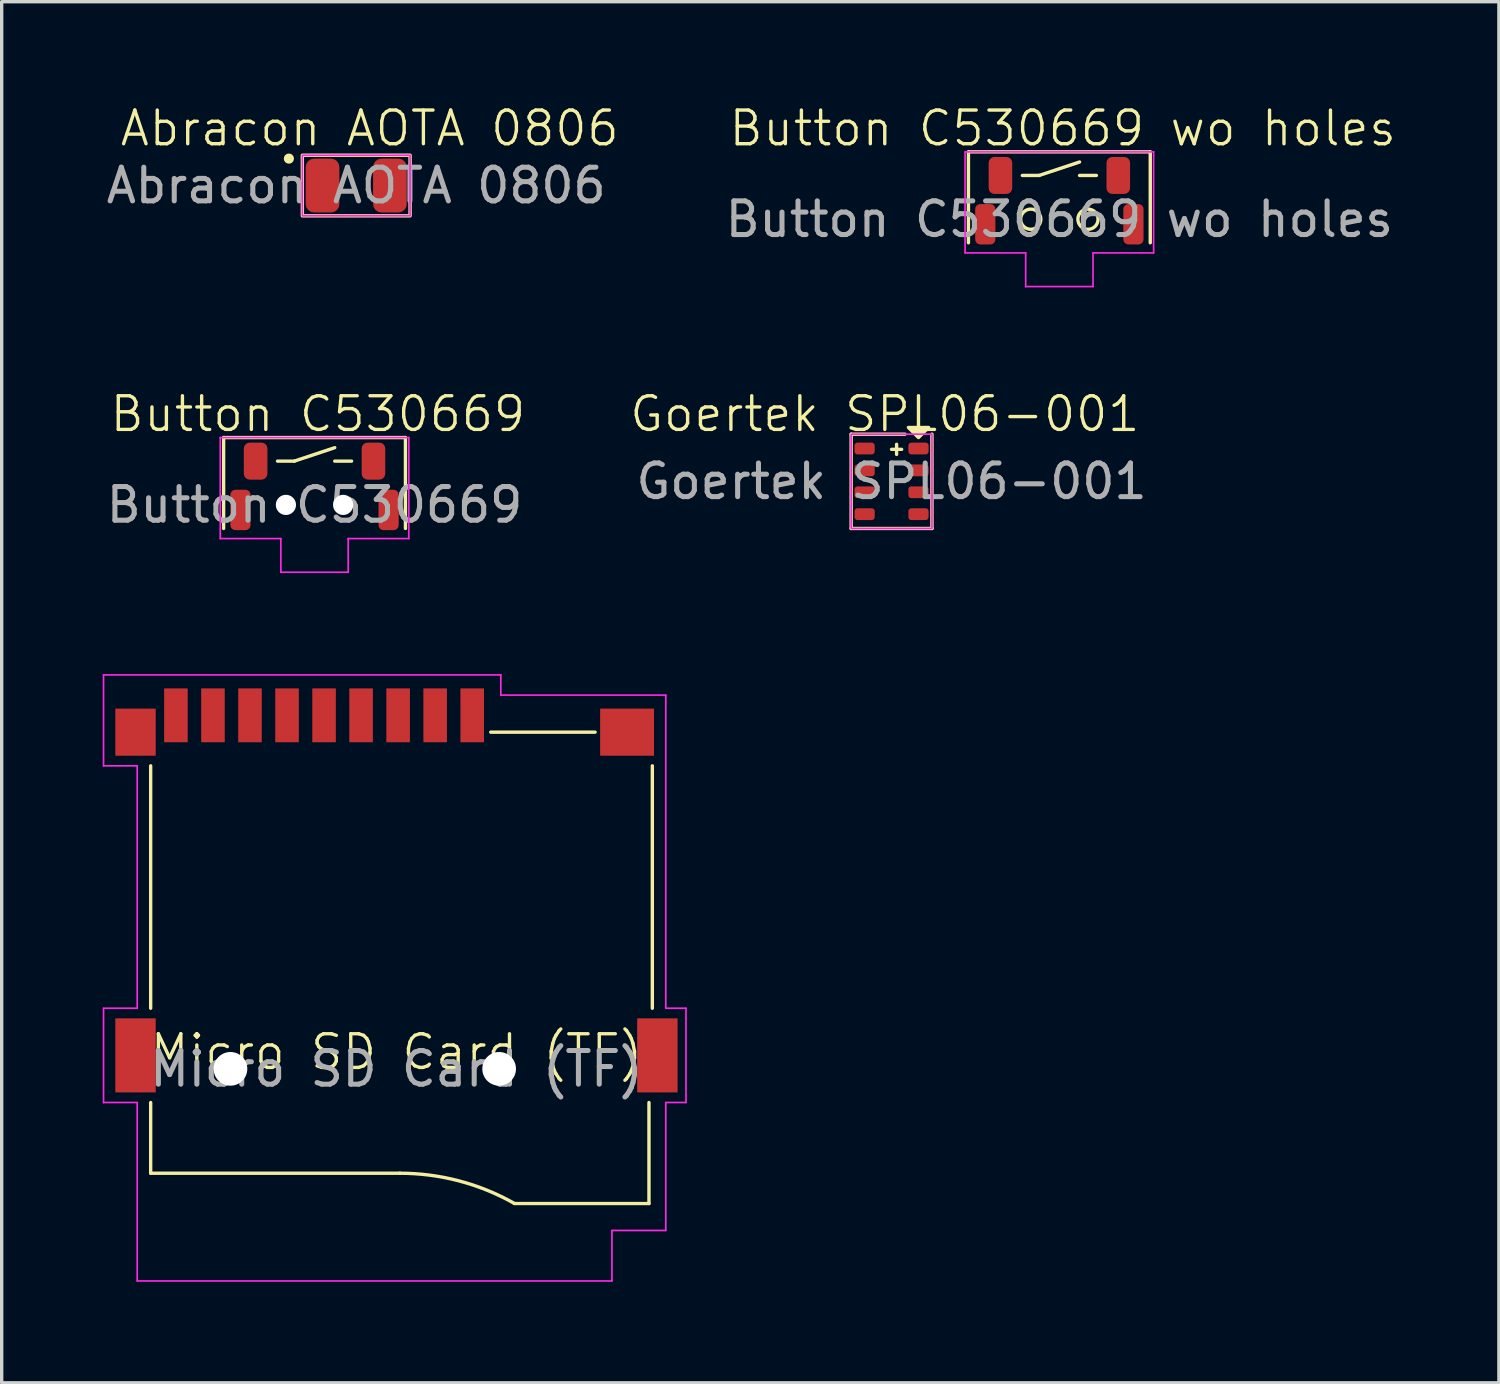
<source format=kicad_pcb>
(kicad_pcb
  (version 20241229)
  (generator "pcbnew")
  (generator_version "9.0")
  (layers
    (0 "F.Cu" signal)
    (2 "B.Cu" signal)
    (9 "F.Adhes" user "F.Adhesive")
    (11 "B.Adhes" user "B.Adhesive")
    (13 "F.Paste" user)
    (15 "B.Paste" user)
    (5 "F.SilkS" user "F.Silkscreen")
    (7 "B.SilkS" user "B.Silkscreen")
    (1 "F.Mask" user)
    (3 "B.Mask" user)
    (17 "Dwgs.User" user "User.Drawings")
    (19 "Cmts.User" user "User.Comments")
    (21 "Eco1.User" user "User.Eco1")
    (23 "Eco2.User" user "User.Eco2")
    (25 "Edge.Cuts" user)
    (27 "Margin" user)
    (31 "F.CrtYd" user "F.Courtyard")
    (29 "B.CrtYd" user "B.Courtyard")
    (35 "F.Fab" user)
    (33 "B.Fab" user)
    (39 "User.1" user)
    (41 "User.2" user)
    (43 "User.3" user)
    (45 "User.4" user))
  (footprint "Button C530669 wo holes"
    (layer "F.Cu")
    (at 28.414 3.461)
    (property "Reference" "Button C530669 wo holes" (at 0.1 -2.7 0) (unlocked yes) (layer "F.SilkS") (effects (font (size 1 1) (thickness 0.1))))
    (attr smd)
    (fp_line (start -2.7 -2) (end -2.7 0.7) (stroke (width 0.1) (type default)) (layer "F.SilkS"))
    (fp_line (start -2.7 -2) (end 2.7 -2) (stroke (width 0.1) (type default)) (layer "F.SilkS"))
    (fp_line (start -1.1 -1.3) (end -0.6 -1.3) (stroke (width 0.1) (type default)) (layer "F.SilkS"))
    (fp_line (start -0.6 -1.3) (end 0.6 -1.7) (stroke (width 0.1) (type default)) (layer "F.SilkS"))
    (fp_line (start 0.6 -1.3) (end 1.1 -1.3) (stroke (width 0.1) (type default)) (layer "F.SilkS"))
    (fp_line (start 2.7 -2) (end 2.7 0.7) (stroke (width 0.1) (type default)) (layer "F.SilkS"))
    (fp_circle (center -0.85 0) (end -0.55 0) (stroke (width 0.1) (type default)) (fill no) (layer "F.SilkS"))
    (fp_circle (center 0.85 0) (end 1.15 0) (stroke (width 0.1) (type default)) (fill no) (layer "F.SilkS"))
    (fp_line (start -2.8 -2) (end 2.8 -2) (stroke (width 0.05) (type default)) (layer "F.CrtYd"))
    (fp_line (start -2.8 1) (end -2.8 -2) (stroke (width 0.05) (type default)) (layer "F.CrtYd"))
    (fp_line (start -1 1) (end -2.8 1) (stroke (width 0.05) (type default)) (layer "F.CrtYd"))
    (fp_line (start -1 2) (end -1 1) (stroke (width 0.05) (type default)) (layer "F.CrtYd"))
    (fp_line (start 1 1) (end 1 2) (stroke (width 0.05) (type default)) (layer "F.CrtYd"))
    (fp_line (start 1 2) (end -1 2) (stroke (width 0.05) (type default)) (layer "F.CrtYd"))
    (fp_line (start 2.8 -2) (end 2.8 1) (stroke (width 0.05) (type default)) (layer "F.CrtYd"))
    (fp_line (start 2.8 1) (end 1 1) (stroke (width 0.05) (type default)) (layer "F.CrtYd"))
    (fp_text user "${REFERENCE}" (at 0 0 0) (unlocked yes) (layer "F.Fab") (effects (font (size 1 1) (thickness 0.15))))
    (pad "1" smd roundrect (at -1.75 -1.3) (size 0.7 1.1) (layers "F.Cu" "F.Mask" "F.Paste") (roundrect_rratio 0.25))
    (pad "2" smd roundrect (at 1.75 -1.3) (size 0.7 1.1) (layers "F.Cu" "F.Mask" "F.Paste") (roundrect_rratio 0.25))
    (pad "3" smd roundrect (at 2.2 0.15) (size 0.6 1.2) (layers "F.Cu" "F.Mask" "F.Paste") (roundrect_rratio 0.25))
    (pad "4" smd roundrect (at -2.2 0.15) (size 0.6 1.2) (layers "F.Cu" "F.Mask" "F.Paste") (roundrect_rratio 0.25)))
  (footprint "Button C530669"
    (layer "F.Cu")
    (at 6.292 11.946)
    (property "Reference" "Button C530669" (at 0.1 -2.7 0) (unlocked yes) (layer "F.SilkS") (effects (font (size 1 1) (thickness 0.1))))
    (attr smd)
    (fp_line (start -2.7 -2) (end -2.7 0.7) (stroke (width 0.1) (type default)) (layer "F.SilkS"))
    (fp_line (start -2.7 -2) (end 2.7 -2) (stroke (width 0.1) (type default)) (layer "F.SilkS"))
    (fp_line (start -1.1 -1.3) (end -0.6 -1.3) (stroke (width 0.1) (type default)) (layer "F.SilkS"))
    (fp_line (start -0.6 -1.3) (end 0.6 -1.7) (stroke (width 0.1) (type default)) (layer "F.SilkS"))
    (fp_line (start 0.6 -1.3) (end 1.1 -1.3) (stroke (width 0.1) (type default)) (layer "F.SilkS"))
    (fp_line (start 2.7 -2) (end 2.7 0.7) (stroke (width 0.1) (type default)) (layer "F.SilkS"))
    (fp_line (start -2.8 -2) (end 2.8 -2) (stroke (width 0.05) (type default)) (layer "F.CrtYd"))
    (fp_line (start -2.8 1) (end -2.8 -2) (stroke (width 0.05) (type default)) (layer "F.CrtYd"))
    (fp_line (start -1 1) (end -2.8 1) (stroke (width 0.05) (type default)) (layer "F.CrtYd"))
    (fp_line (start -1 2) (end -1 1) (stroke (width 0.05) (type default)) (layer "F.CrtYd"))
    (fp_line (start 1 1) (end 1 2) (stroke (width 0.05) (type default)) (layer "F.CrtYd"))
    (fp_line (start 1 2) (end -1 2) (stroke (width 0.05) (type default)) (layer "F.CrtYd"))
    (fp_line (start 2.8 -2) (end 2.8 1) (stroke (width 0.05) (type default)) (layer "F.CrtYd"))
    (fp_line (start 2.8 1) (end 1 1) (stroke (width 0.05) (type default)) (layer "F.CrtYd"))
    (fp_text user "${REFERENCE}" (at 0 0 0) (unlocked yes) (layer "F.Fab") (effects (font (size 1 1) (thickness 0.15))))
    (pad "" np_thru_hole circle (at -0.85 0) (size 0.6 0.6) (drill 0.6) (layers "*.Cu" "*.Mask"))
    (pad "" np_thru_hole circle (at 0.85 0) (size 0.6 0.6) (drill 0.6) (layers "*.Cu" "*.Mask"))
    (pad "1" smd roundrect (at -1.75 -1.3) (size 0.7 1.1) (layers "F.Cu" "F.Mask" "F.Paste") (roundrect_rratio 0.25))
    (pad "2" smd roundrect (at 1.75 -1.3) (size 0.7 1.1) (layers "F.Cu" "F.Mask" "F.Paste") (roundrect_rratio 0.25))
    (pad "3" smd roundrect (at 2.2 0.15) (size 0.6 1.2) (layers "F.Cu" "F.Mask" "F.Paste") (roundrect_rratio 0.25))
    (pad "4" smd roundrect (at -2.2 0.15) (size 0.6 1.2) (layers "F.Cu" "F.Mask" "F.Paste") (roundrect_rratio 0.25)))
  (footprint "Goertek SPL06-001"
    (layer "F.Cu")
    (at 23.43 11.246)
    (property "Reference" "Goertek SPL06-001" (at -0.2 -2 0) (unlocked yes) (layer "F.SilkS") (effects (font (size 1 1) (thickness 0.1))))
    (attr smd)
    (fp_line (start -1.2 -1.4) (end 0.4 -1.4) (stroke (width 0.1) (type default)) (layer "F.SilkS"))
    (fp_line (start -1.2 1.4) (end -1.2 -1.4) (stroke (width 0.1) (type default)) (layer "F.SilkS"))
    (fp_line (start 0 -0.95) (end 0.3 -0.95) (stroke (width 0.1) (type default)) (layer "F.SilkS"))
    (fp_line (start 0.15 -1.1) (end 0.15 -0.8) (stroke (width 0.1) (type default)) (layer "F.SilkS"))
    (fp_line (start 1.2 -1.4) (end 1.2 1.4) (stroke (width 0.1) (type default)) (layer "F.SilkS"))
    (fp_line (start 1.2 1.4) (end -1.2 1.4) (stroke (width 0.1) (type default)) (layer "F.SilkS"))
    (fp_poly (pts (xy 0.5 -1.6) (xy 0.8 -1.3) (xy 1.1 -1.6)) (stroke (width 0.1) (type solid)) (fill yes) (layer "F.SilkS"))
    (fp_rect (start -1.2 -1.4) (end 1.2 1.4) (stroke (width 0.05) (type default)) (fill no) (layer "F.CrtYd"))
    (fp_text user "${REFERENCE}" (at 0 0 0) (unlocked yes) (layer "F.Fab") (effects (font (size 1 1) (thickness 0.15))))
    (pad "1" smd roundrect (at 0.8 -0.975) (size 0.6 0.35) (layers "F.Cu" "F.Mask" "F.Paste") (roundrect_rratio 0.25))
    (pad "2" smd roundrect (at 0.8 -0.325) (size 0.6 0.35) (layers "F.Cu" "F.Mask" "F.Paste") (roundrect_rratio 0.25))
    (pad "3" smd roundrect (at 0.8 0.325) (size 0.6 0.35) (layers "F.Cu" "F.Mask" "F.Paste") (roundrect_rratio 0.25))
    (pad "4" smd roundrect (at 0.8 0.975) (size 0.6 0.35) (layers "F.Cu" "F.Mask" "F.Paste") (roundrect_rratio 0.25))
    (pad "5" smd roundrect (at -0.8 0.975) (size 0.6 0.35) (layers "F.Cu" "F.Mask" "F.Paste") (roundrect_rratio 0.25))
    (pad "6" smd roundrect (at -0.8 0.325) (size 0.6 0.35) (layers "F.Cu" "F.Mask" "F.Paste") (roundrect_rratio 0.25))
    (pad "7" smd roundrect (at -0.8 -0.325) (size 0.6 0.35) (layers "F.Cu" "F.Mask" "F.Paste") (roundrect_rratio 0.25))
    (pad "8" smd roundrect (at -0.8 -0.975) (size 0.6 0.35) (layers "F.Cu" "F.Mask" "F.Paste") (roundrect_rratio 0.25)))
  (footprint "Abracon AOTA 0806"
    (layer "F.Cu")
    (at 7.53 2.461)
    (property "Reference" "Abracon AOTA 0806" (at 0.4 -1.7 0) (unlocked yes) (layer "F.SilkS") (effects (font (size 1 1) (thickness 0.1))))
    (attr smd)
    (fp_rect (start -1.6 -0.9) (end 1.6 0.9) (stroke (width 0.1) (type default)) (fill no) (layer "F.SilkS"))
    (fp_circle (center -2 -0.8) (end -1.9 -0.8) (stroke (width 0.1) (type solid)) (fill yes) (layer "F.SilkS"))
    (fp_rect (start -1.6 -0.9) (end 1.6 0.9) (stroke (width 0.05) (type default)) (fill no) (layer "F.CrtYd"))
    (fp_text user "${REFERENCE}" (at 0 0 0) (unlocked yes) (layer "F.Fab") (effects (font (size 1 1) (thickness 0.15))))
    (pad "1" smd roundrect (at -1 0) (size 1 1.6) (layers "F.Cu" "F.Mask" "F.Paste") (roundrect_rratio 0.25))
    (pad "2" smd roundrect (at 1 0) (size 1 1.6) (layers "F.Cu" "F.Mask" "F.Paste") (roundrect_rratio 0.25)))
  (footprint "Micro SD Card (TF)"
    (layer "F.Cu")
    (at 8.725 28.696)
    (property "Reference" "Micro SD Card (TF)" (at 0 -0.5 0) (unlocked yes) (layer "F.SilkS") (effects (font (size 1 1) (thickness 0.1))))
    (attr smd)
    (fp_line (start -7.3 -9) (end -7.3 -1.8) (stroke (width 0.1) (type default)) (layer "F.SilkS"))
    (fp_line (start -7.3 1) (end -7.3 3.1) (stroke (width 0.1) (type default)) (layer "F.SilkS"))
    (fp_line (start -7.3 3.1) (end 0.1 3.1) (stroke (width 0.1) (type default)) (layer "F.SilkS"))
    (fp_line (start 2.8 -10) (end 5.9 -10) (stroke (width 0.1) (type default)) (layer "F.SilkS"))
    (fp_line (start 3.5 4) (end 7.5 4) (stroke (width 0.1) (type default)) (layer "F.SilkS"))
    (fp_line (start 7.5 4) (end 7.5 1) (stroke (width 0.1) (type default)) (layer "F.SilkS"))
    (fp_line (start 7.6 -9) (end 7.6 -1.8) (stroke (width 0.1) (type default)) (layer "F.SilkS"))
    (fp_arc (start 0.1 3.1) (mid 1.859012 3.327978) (end 3.501787 3.996847) (stroke (width 0.1) (type default)) (layer "F.SilkS"))
    (fp_line (start -8.7 -11.7) (end 3.1 -11.7) (stroke (width 0.05) (type default)) (layer "F.CrtYd"))
    (fp_line (start -8.7 -9) (end -8.7 -11.7) (stroke (width 0.05) (type default)) (layer "F.CrtYd"))
    (fp_line (start -8.7 -1.8) (end -7.7 -1.8) (stroke (width 0.05) (type default)) (layer "F.CrtYd"))
    (fp_line (start -8.7 1) (end -8.7 -1.8) (stroke (width 0.05) (type default)) (layer "F.CrtYd"))
    (fp_line (start -7.7 -9) (end -8.7 -9) (stroke (width 0.05) (type default)) (layer "F.CrtYd"))
    (fp_line (start -7.7 -1.8) (end -7.7 -9) (stroke (width 0.05) (type default)) (layer "F.CrtYd"))
    (fp_line (start -7.7 1) (end -8.7 1) (stroke (width 0.05) (type default)) (layer "F.CrtYd"))
    (fp_line (start -7.7 6.3) (end -7.7 1) (stroke (width 0.05) (type default)) (layer "F.CrtYd"))
    (fp_line (start 3.1 -11.7) (end 3.1 -11.1) (stroke (width 0.05) (type default)) (layer "F.CrtYd"))
    (fp_line (start 3.1 -11.1) (end 8 -11.1) (stroke (width 0.05) (type default)) (layer "F.CrtYd"))
    (fp_line (start 6.4 4.8) (end 6.4 6.3) (stroke (width 0.05) (type default)) (layer "F.CrtYd"))
    (fp_line (start 6.4 6.3) (end -7.7 6.3) (stroke (width 0.05) (type default)) (layer "F.CrtYd"))
    (fp_line (start 8 -11.1) (end 8 -1.8) (stroke (width 0.05) (type default)) (layer "F.CrtYd"))
    (fp_line (start 8 -1.8) (end 8.6 -1.8) (stroke (width 0.05) (type default)) (layer "F.CrtYd"))
    (fp_line (start 8 1) (end 8 4.8) (stroke (width 0.05) (type default)) (layer "F.CrtYd"))
    (fp_line (start 8 4.8) (end 6.4 4.8) (stroke (width 0.05) (type default)) (layer "F.CrtYd"))
    (fp_line (start 8.6 -1.8) (end 8.6 1) (stroke (width 0.05) (type default)) (layer "F.CrtYd"))
    (fp_line (start 8.6 1) (end 8 1) (stroke (width 0.05) (type default)) (layer "F.CrtYd"))
    (fp_text user "${REFERENCE}" (at 0 0 0) (unlocked yes) (layer "F.Fab") (effects (font (size 1 1) (thickness 0.15))))
    (pad "" np_thru_hole circle (at -4.93 0) (size 1 1) (drill 1) (layers "*.Cu" "*.Mask"))
    (pad "" np_thru_hole circle (at 3.05 0) (size 1 1) (drill 1) (layers "*.Cu" "*.Mask"))
    (pad "1" smd rect (at 2.25 -10.5) (size 0.7 1.6) (layers "F.Cu" "F.Mask" "F.Paste"))
    (pad "2" smd rect (at 1.15 -10.5) (size 0.7 1.6) (layers "F.Cu" "F.Mask" "F.Paste"))
    (pad "3" smd rect (at 0.05 -10.5) (size 0.7 1.6) (layers "F.Cu" "F.Mask" "F.Paste"))
    (pad "4" smd rect (at -1.05 -10.5) (size 0.7 1.6) (layers "F.Cu" "F.Mask" "F.Paste"))
    (pad "5" smd rect (at -2.15 -10.5) (size 0.7 1.6) (layers "F.Cu" "F.Mask" "F.Paste"))
    (pad "6" smd rect (at -3.25 -10.5) (size 0.7 1.6) (layers "F.Cu" "F.Mask" "F.Paste"))
    (pad "7" smd rect (at -4.35 -10.5) (size 0.7 1.6) (layers "F.Cu" "F.Mask" "F.Paste"))
    (pad "8" smd rect (at -5.45 -10.5) (size 0.7 1.6) (layers "F.Cu" "F.Mask" "F.Paste"))
    (pad "9" smd rect (at -6.55 -10.5) (size 0.7 1.6) (layers "F.Cu" "F.Mask" "F.Paste"))
    (pad "10" smd rect (at -7.75 -10) (size 1.2 1.4) (layers "F.Cu" "F.Mask" "F.Paste"))
    (pad "10" smd rect (at -7.75 -0.4) (size 1.2 2.2) (layers "F.Cu" "F.Mask" "F.Paste"))
    (pad "10" smd rect (at 6.85 -10) (size 1.6 1.4) (layers "F.Cu" "F.Mask" "F.Paste"))
    (pad "10" smd rect (at 7.75 -0.4) (size 1.2 2.2) (layers "F.Cu" "F.Mask" "F.Paste")))
  (gr_rect
    (start -3 -3)
    (end 41.469 38.021)
    (stroke (width 0.1) (type default))
    (fill no)
    (layer "Edge.Cuts")))
</source>
